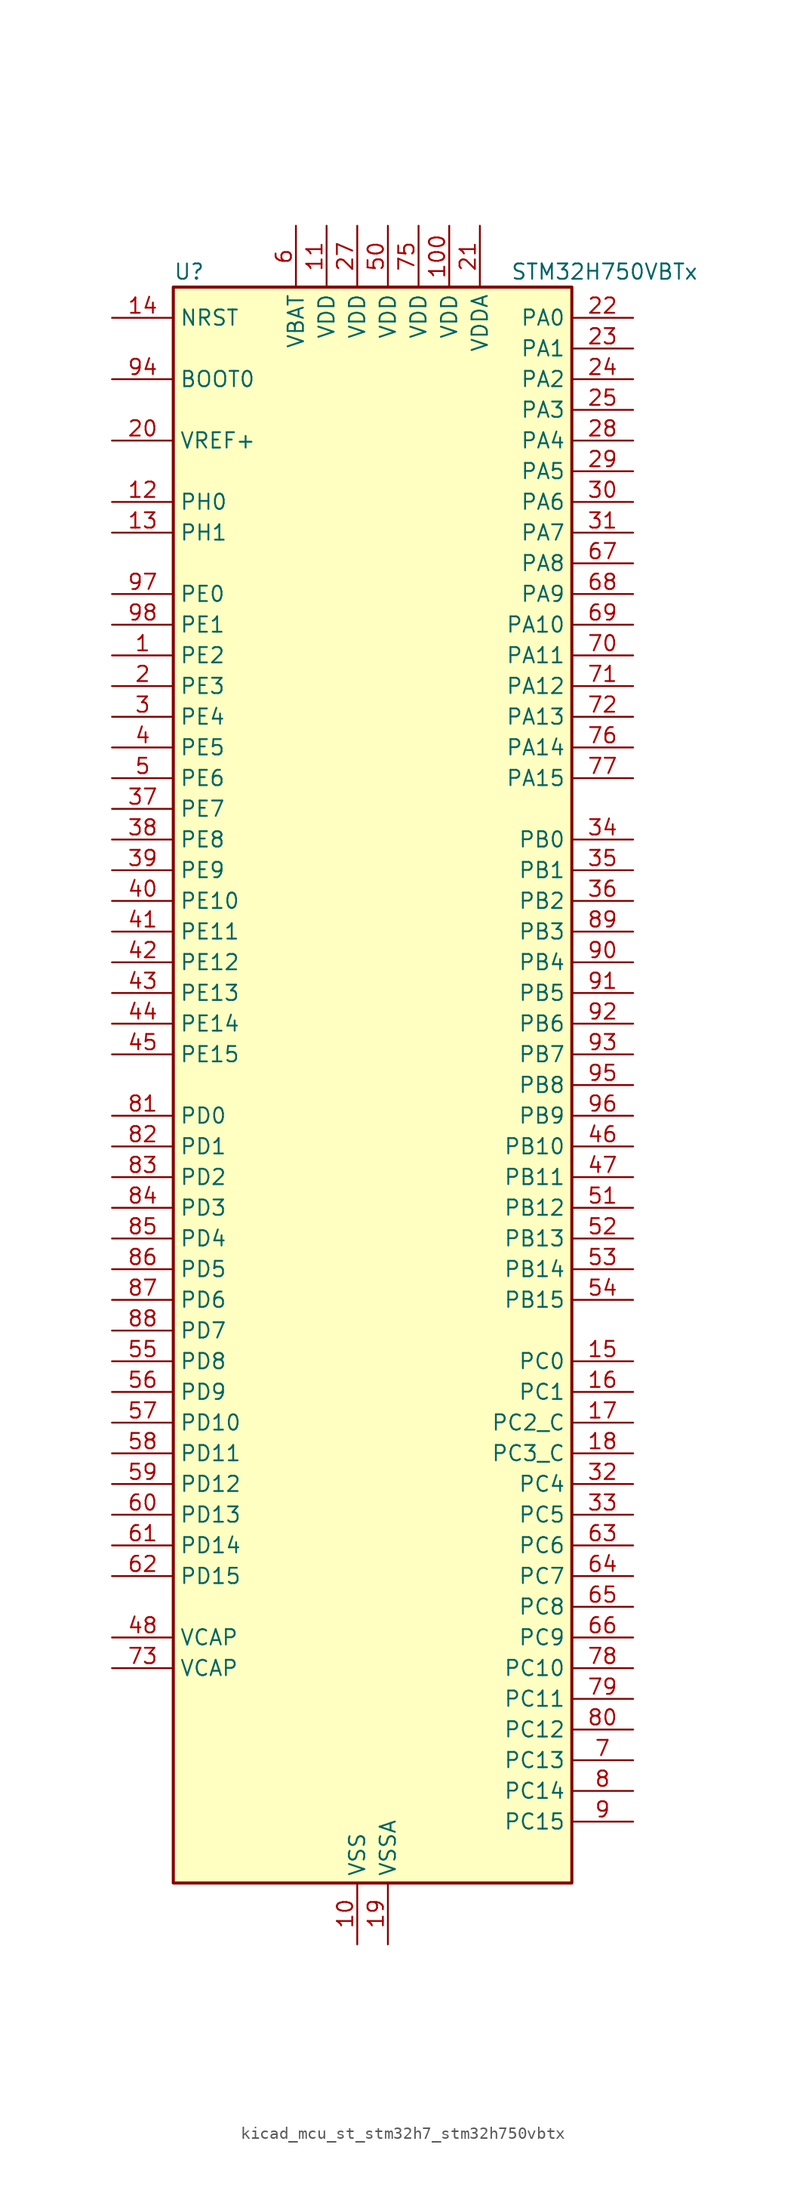
<source format=kicad_sym>
(kicad_symbol_lib
  (version 20220914)
  (generator kicad_symbol_editor)
  (symbol "kicad_mcu_st_stm32h7_stm32h750vbtx"
    (property "Reference" "U"
      (at -15.24 67.31 0)
      (effects (font (size 1.27 1.27)) (justify left)))
    (property "Value" "STM32H750VBTx"
      (at 12.7 67.31 0)
      (effects (font (size 1.27 1.27)) (justify left)))
    (property "ki_locked" ""
      (at 0 0 0)
      (effects (font (size 1.27 1.27))))
    (symbol "kicad_mcu_st_stm32h7_stm32h750vbtx_0_1"
      (rectangle (start -15.24 -66.04) (end 17.78 66.04) (stroke (width 0.254) (type default)) (fill (type background))))
    (symbol "kicad_mcu_st_stm32h7_stm32h750vbtx_1_1"
      (pin bidirectional line (at -20.32 35.56 0) (length 5.08) (name "PE2" (effects (font (size 1.27 1.27)))) (number "1" (effects (font (size 1.27 1.27)))) (alternate "DEBUG_TRACECLK" bidirectional line) (alternate "ETH_TXD3" bidirectional line) (alternate "FMC_A23" bidirectional line) (alternate "QUADSPI_BK1_IO2" bidirectional line) (alternate "SAI1_CK1" bidirectional line) (alternate "SAI1_MCLK_A" bidirectional line) (alternate "SAI4_CK1" bidirectional line) (alternate "SAI4_MCLK_A" bidirectional line) (alternate "SPI4_SCK" bidirectional line))
      (pin power_in line (at 0 -71.12 90) (length 5.08) (name "VSS" (effects (font (size 1.27 1.27)))) (number "10" (effects (font (size 1.27 1.27)))))
      (pin power_in line (at 7.62 71.12 270) (length 5.08) (name "VDD" (effects (font (size 1.27 1.27)))) (number "100" (effects (font (size 1.27 1.27)))))
      (pin power_in line (at -2.54 71.12 270) (length 5.08) (name "VDD" (effects (font (size 1.27 1.27)))) (number "11" (effects (font (size 1.27 1.27)))))
      (pin bidirectional line (at -20.32 48.26 0) (length 5.08) (name "PH0" (effects (font (size 1.27 1.27)))) (number "12" (effects (font (size 1.27 1.27)))) (alternate "RCC_OSC_IN" bidirectional line))
      (pin bidirectional line (at -20.32 45.72 0) (length 5.08) (name "PH1" (effects (font (size 1.27 1.27)))) (number "13" (effects (font (size 1.27 1.27)))) (alternate "RCC_OSC_OUT" bidirectional line))
      (pin input line (at -20.32 63.5 0) (length 5.08) (name "NRST" (effects (font (size 1.27 1.27)))) (number "14" (effects (font (size 1.27 1.27)))))
      (pin bidirectional line (at 22.86 -22.86 180) (length 5.08) (name "PC0" (effects (font (size 1.27 1.27)))) (number "15" (effects (font (size 1.27 1.27)))) (alternate "ADC1_INP10" bidirectional line) (alternate "ADC2_INP10" bidirectional line) (alternate "ADC3_INP10" bidirectional line) (alternate "DFSDM1_CKIN0" bidirectional line) (alternate "DFSDM1_DATIN4" bidirectional line) (alternate "FMC_SDNWE" bidirectional line) (alternate "LTDC_R5" bidirectional line) (alternate "SAI2_FS_B" bidirectional line) (alternate "USB_OTG_HS_ULPI_STP" bidirectional line))
      (pin bidirectional line (at 22.86 -25.4 180) (length 5.08) (name "PC1" (effects (font (size 1.27 1.27)))) (number "16" (effects (font (size 1.27 1.27)))) (alternate "ADC1_INN10" bidirectional line) (alternate "ADC1_INP11" bidirectional line) (alternate "ADC2_INN10" bidirectional line) (alternate "ADC2_INP11" bidirectional line) (alternate "ADC3_INN10" bidirectional line) (alternate "ADC3_INP11" bidirectional line) (alternate "DEBUG_TRACED0" bidirectional line) (alternate "DFSDM1_CKIN4" bidirectional line) (alternate "DFSDM1_DATIN0" bidirectional line) (alternate "ETH_MDC" bidirectional line) (alternate "I2S2_SDO" bidirectional line) (alternate "MDIOS_MDC" bidirectional line) (alternate "PWR_WKUP5" bidirectional line) (alternate "RTC_TAMP3" bidirectional line) (alternate "SAI1_D1" bidirectional line) (alternate "SAI1_SD_A" bidirectional line) (alternate "SAI4_D1" bidirectional line) (alternate "SAI4_SD_A" bidirectional line) (alternate "SDMMC2_CK" bidirectional line) (alternate "SPI2_MOSI" bidirectional line))
      (pin bidirectional line (at 22.86 -27.94 180) (length 5.08) (name "PC2_C" (effects (font (size 1.27 1.27)))) (number "17" (effects (font (size 1.27 1.27)))) (alternate "ADC3_INN1" bidirectional line) (alternate "ADC3_INP0" bidirectional line) (alternate "DFSDM1_CKIN1" bidirectional line) (alternate "DFSDM1_CKOUT" bidirectional line) (alternate "ETH_TXD2" bidirectional line) (alternate "FMC_SDNE0" bidirectional line) (alternate "I2S2_SDI" bidirectional line) (alternate "PWR_CSTOP" bidirectional line) (alternate "SPI2_MISO" bidirectional line) (alternate "USB_OTG_HS_ULPI_DIR" bidirectional line))
      (pin bidirectional line (at 22.86 -30.48 180) (length 5.08) (name "PC3_C" (effects (font (size 1.27 1.27)))) (number "18" (effects (font (size 1.27 1.27)))) (alternate "ADC3_INP1" bidirectional line) (alternate "DFSDM1_DATIN1" bidirectional line) (alternate "ETH_TX_CLK" bidirectional line) (alternate "FMC_SDCKE0" bidirectional line) (alternate "I2S2_SDO" bidirectional line) (alternate "PWR_CSLEEP" bidirectional line) (alternate "SPI2_MOSI" bidirectional line) (alternate "USB_OTG_HS_ULPI_NXT" bidirectional line))
      (pin power_in line (at 2.54 -71.12 90) (length 5.08) (name "VSSA" (effects (font (size 1.27 1.27)))) (number "19" (effects (font (size 1.27 1.27)))))
      (pin bidirectional line (at -20.32 33.02 0) (length 5.08) (name "PE3" (effects (font (size 1.27 1.27)))) (number "2" (effects (font (size 1.27 1.27)))) (alternate "DEBUG_TRACED0" bidirectional line) (alternate "FMC_A19" bidirectional line) (alternate "SAI1_SD_B" bidirectional line) (alternate "SAI4_SD_B" bidirectional line) (alternate "TIM15_BKIN" bidirectional line))
      (pin input line (at -20.32 53.34 0) (length 5.08) (name "VREF+" (effects (font (size 1.27 1.27)))) (number "20" (effects (font (size 1.27 1.27)))) (alternate "VREFBUF_OUT" bidirectional line))
      (pin power_in line (at 10.16 71.12 270) (length 5.08) (name "VDDA" (effects (font (size 1.27 1.27)))) (number "21" (effects (font (size 1.27 1.27)))))
      (pin bidirectional line (at 22.86 63.5 180) (length 5.08) (name "PA0" (effects (font (size 1.27 1.27)))) (number "22" (effects (font (size 1.27 1.27)))) (alternate "ADC1_INP16" bidirectional line) (alternate "ETH_CRS" bidirectional line) (alternate "PWR_WKUP0" bidirectional line) (alternate "SAI2_SD_B" bidirectional line) (alternate "SDMMC2_CMD" bidirectional line) (alternate "TIM15_BKIN" bidirectional line) (alternate "TIM2_CH1" bidirectional line) (alternate "TIM2_ETR" bidirectional line) (alternate "TIM5_CH1" bidirectional line) (alternate "TIM8_ETR" bidirectional line) (alternate "UART4_TX" bidirectional line) (alternate "USART2_CTS" bidirectional line) (alternate "USART2_NSS" bidirectional line))
      (pin bidirectional line (at 22.86 60.96 180) (length 5.08) (name "PA1" (effects (font (size 1.27 1.27)))) (number "23" (effects (font (size 1.27 1.27)))) (alternate "ADC1_INN16" bidirectional line) (alternate "ADC1_INP17" bidirectional line) (alternate "ETH_REF_CLK" bidirectional line) (alternate "ETH_RX_CLK" bidirectional line) (alternate "LPTIM3_OUT" bidirectional line) (alternate "LTDC_R2" bidirectional line) (alternate "QUADSPI_BK1_IO3" bidirectional line) (alternate "SAI2_MCLK_B" bidirectional line) (alternate "TIM15_CH1N" bidirectional line) (alternate "TIM2_CH2" bidirectional line) (alternate "TIM5_CH2" bidirectional line) (alternate "UART4_RX" bidirectional line) (alternate "USART2_DE" bidirectional line) (alternate "USART2_RTS" bidirectional line))
      (pin bidirectional line (at 22.86 58.42 180) (length 5.08) (name "PA2" (effects (font (size 1.27 1.27)))) (number "24" (effects (font (size 1.27 1.27)))) (alternate "ADC1_INP14" bidirectional line) (alternate "ADC2_INP14" bidirectional line) (alternate "ETH_MDIO" bidirectional line) (alternate "LPTIM4_OUT" bidirectional line) (alternate "LTDC_R1" bidirectional line) (alternate "MDIOS_MDIO" bidirectional line) (alternate "PWR_WKUP1" bidirectional line) (alternate "SAI2_SCK_B" bidirectional line) (alternate "TIM15_CH1" bidirectional line) (alternate "TIM2_CH3" bidirectional line) (alternate "TIM5_CH3" bidirectional line) (alternate "USART2_TX" bidirectional line))
      (pin bidirectional line (at 22.86 55.88 180) (length 5.08) (name "PA3" (effects (font (size 1.27 1.27)))) (number "25" (effects (font (size 1.27 1.27)))) (alternate "ADC1_INP15" bidirectional line) (alternate "ADC2_INP15" bidirectional line) (alternate "ETH_COL" bidirectional line) (alternate "LPTIM5_OUT" bidirectional line) (alternate "LTDC_B2" bidirectional line) (alternate "LTDC_B5" bidirectional line) (alternate "TIM15_CH2" bidirectional line) (alternate "TIM2_CH4" bidirectional line) (alternate "TIM5_CH4" bidirectional line) (alternate "USART2_RX" bidirectional line) (alternate "USB_OTG_HS_ULPI_D0" bidirectional line))
      (pin passive line (at 0 -71.12 90) (length 5.08) hide (name "VSS" (effects (font (size 1.27 1.27)))) (number "26" (effects (font (size 1.27 1.27)))))
      (pin power_in line (at 0 71.12 270) (length 5.08) (name "VDD" (effects (font (size 1.27 1.27)))) (number "27" (effects (font (size 1.27 1.27)))))
      (pin bidirectional line (at 22.86 53.34 180) (length 5.08) (name "PA4" (effects (font (size 1.27 1.27)))) (number "28" (effects (font (size 1.27 1.27)))) (alternate "ADC1_INP18" bidirectional line) (alternate "ADC2_INP18" bidirectional line) (alternate "DAC1_OUT1" bidirectional line) (alternate "DCMI_HSYNC" bidirectional line) (alternate "I2S1_WS" bidirectional line) (alternate "I2S3_WS" bidirectional line) (alternate "LTDC_VSYNC" bidirectional line) (alternate "SPI1_NSS" bidirectional line) (alternate "SPI3_NSS" bidirectional line) (alternate "SPI6_NSS" bidirectional line) (alternate "TIM5_ETR" bidirectional line) (alternate "USART2_CK" bidirectional line) (alternate "USB_OTG_HS_SOF" bidirectional line))
      (pin bidirectional line (at 22.86 50.8 180) (length 5.08) (name "PA5" (effects (font (size 1.27 1.27)))) (number "29" (effects (font (size 1.27 1.27)))) (alternate "ADC1_INN18" bidirectional line) (alternate "ADC1_INP19" bidirectional line) (alternate "ADC2_INN18" bidirectional line) (alternate "ADC2_INP19" bidirectional line) (alternate "DAC1_OUT2" bidirectional line) (alternate "I2S1_CK" bidirectional line) (alternate "LTDC_R4" bidirectional line) (alternate "PWR_NDSTOP2" bidirectional line) (alternate "SPI1_SCK" bidirectional line) (alternate "SPI6_SCK" bidirectional line) (alternate "TIM2_CH1" bidirectional line) (alternate "TIM2_ETR" bidirectional line) (alternate "TIM8_CH1N" bidirectional line) (alternate "USB_OTG_HS_ULPI_CK" bidirectional line))
      (pin bidirectional line (at -20.32 30.48 0) (length 5.08) (name "PE4" (effects (font (size 1.27 1.27)))) (number "3" (effects (font (size 1.27 1.27)))) (alternate "DCMI_D4" bidirectional line) (alternate "DEBUG_TRACED1" bidirectional line) (alternate "DFSDM1_DATIN3" bidirectional line) (alternate "FMC_A20" bidirectional line) (alternate "LTDC_B0" bidirectional line) (alternate "SAI1_D2" bidirectional line) (alternate "SAI1_FS_A" bidirectional line) (alternate "SAI4_D2" bidirectional line) (alternate "SAI4_FS_A" bidirectional line) (alternate "SPI4_NSS" bidirectional line) (alternate "TIM15_CH1N" bidirectional line))
      (pin bidirectional line (at 22.86 48.26 180) (length 5.08) (name "PA6" (effects (font (size 1.27 1.27)))) (number "30" (effects (font (size 1.27 1.27)))) (alternate "ADC1_INP3" bidirectional line) (alternate "ADC2_INP3" bidirectional line) (alternate "DCMI_PIXCLK" bidirectional line) (alternate "I2S1_SDI" bidirectional line) (alternate "LTDC_G2" bidirectional line) (alternate "MDIOS_MDC" bidirectional line) (alternate "SPI1_MISO" bidirectional line) (alternate "SPI6_MISO" bidirectional line) (alternate "TIM13_CH1" bidirectional line) (alternate "TIM1_BKIN" bidirectional line) (alternate "TIM1_BKIN_COMP1" bidirectional line) (alternate "TIM1_BKIN_COMP2" bidirectional line) (alternate "TIM3_CH1" bidirectional line) (alternate "TIM8_BKIN" bidirectional line) (alternate "TIM8_BKIN_COMP1" bidirectional line) (alternate "TIM8_BKIN_COMP2" bidirectional line))
      (pin bidirectional line (at 22.86 45.72 180) (length 5.08) (name "PA7" (effects (font (size 1.27 1.27)))) (number "31" (effects (font (size 1.27 1.27)))) (alternate "ADC1_INN3" bidirectional line) (alternate "ADC1_INP7" bidirectional line) (alternate "ADC2_INN3" bidirectional line) (alternate "ADC2_INP7" bidirectional line) (alternate "ETH_CRS_DV" bidirectional line) (alternate "ETH_RX_DV" bidirectional line) (alternate "FMC_SDNWE" bidirectional line) (alternate "I2S1_SDO" bidirectional line) (alternate "OPAMP1_VINM" bidirectional line) (alternate "OPAMP1_VINM1" bidirectional line) (alternate "SPI1_MOSI" bidirectional line) (alternate "SPI6_MOSI" bidirectional line) (alternate "TIM14_CH1" bidirectional line) (alternate "TIM1_CH1N" bidirectional line) (alternate "TIM3_CH2" bidirectional line) (alternate "TIM8_CH1N" bidirectional line))
      (pin bidirectional line (at 22.86 -33.02 180) (length 5.08) (name "PC4" (effects (font (size 1.27 1.27)))) (number "32" (effects (font (size 1.27 1.27)))) (alternate "ADC1_INP4" bidirectional line) (alternate "ADC2_INP4" bidirectional line) (alternate "COMP1_INM" bidirectional line) (alternate "DFSDM1_CKIN2" bidirectional line) (alternate "ETH_RXD0" bidirectional line) (alternate "FMC_SDNE0" bidirectional line) (alternate "I2S1_MCK" bidirectional line) (alternate "OPAMP1_VOUT" bidirectional line) (alternate "SPDIFRX1_IN2" bidirectional line))
      (pin bidirectional line (at 22.86 -35.56 180) (length 5.08) (name "PC5" (effects (font (size 1.27 1.27)))) (number "33" (effects (font (size 1.27 1.27)))) (alternate "ADC1_INN4" bidirectional line) (alternate "ADC1_INP8" bidirectional line) (alternate "ADC2_INN4" bidirectional line) (alternate "ADC2_INP8" bidirectional line) (alternate "COMP1_OUT" bidirectional line) (alternate "DFSDM1_DATIN2" bidirectional line) (alternate "ETH_RXD1" bidirectional line) (alternate "FMC_SDCKE0" bidirectional line) (alternate "OPAMP1_VINM" bidirectional line) (alternate "OPAMP1_VINM0" bidirectional line) (alternate "SAI1_D3" bidirectional line) (alternate "SAI4_D3" bidirectional line) (alternate "SPDIFRX1_IN3" bidirectional line))
      (pin bidirectional line (at 22.86 20.32 180) (length 5.08) (name "PB0" (effects (font (size 1.27 1.27)))) (number "34" (effects (font (size 1.27 1.27)))) (alternate "ADC1_INN5" bidirectional line) (alternate "ADC1_INP9" bidirectional line) (alternate "ADC2_INN5" bidirectional line) (alternate "ADC2_INP9" bidirectional line) (alternate "COMP1_INP" bidirectional line) (alternate "DFSDM1_CKOUT" bidirectional line) (alternate "ETH_RXD2" bidirectional line) (alternate "LTDC_G1" bidirectional line) (alternate "LTDC_R3" bidirectional line) (alternate "OPAMP1_VINP" bidirectional line) (alternate "TIM1_CH2N" bidirectional line) (alternate "TIM3_CH3" bidirectional line) (alternate "TIM8_CH2N" bidirectional line) (alternate "UART4_CTS" bidirectional line) (alternate "USB_OTG_HS_ULPI_D1" bidirectional line))
      (pin bidirectional line (at 22.86 17.78 180) (length 5.08) (name "PB1" (effects (font (size 1.27 1.27)))) (number "35" (effects (font (size 1.27 1.27)))) (alternate "ADC1_INP5" bidirectional line) (alternate "ADC2_INP5" bidirectional line) (alternate "COMP1_INM" bidirectional line) (alternate "DFSDM1_DATIN1" bidirectional line) (alternate "ETH_RXD3" bidirectional line) (alternate "LTDC_G0" bidirectional line) (alternate "LTDC_R6" bidirectional line) (alternate "TIM1_CH3N" bidirectional line) (alternate "TIM3_CH4" bidirectional line) (alternate "TIM8_CH3N" bidirectional line) (alternate "USB_OTG_HS_ULPI_D2" bidirectional line))
      (pin bidirectional line (at 22.86 15.24 180) (length 5.08) (name "PB2" (effects (font (size 1.27 1.27)))) (number "36" (effects (font (size 1.27 1.27)))) (alternate "COMP1_INP" bidirectional line) (alternate "DFSDM1_CKIN1" bidirectional line) (alternate "I2S3_SDO" bidirectional line) (alternate "QUADSPI_CLK" bidirectional line) (alternate "RTC_OUT_ALARM" bidirectional line) (alternate "RTC_OUT_CALIB" bidirectional line) (alternate "SAI1_D1" bidirectional line) (alternate "SAI1_SD_A" bidirectional line) (alternate "SAI4_D1" bidirectional line) (alternate "SAI4_SD_A" bidirectional line) (alternate "SPI3_MOSI" bidirectional line))
      (pin bidirectional line (at -20.32 22.86 0) (length 5.08) (name "PE7" (effects (font (size 1.27 1.27)))) (number "37" (effects (font (size 1.27 1.27)))) (alternate "COMP2_INM" bidirectional line) (alternate "DFSDM1_DATIN2" bidirectional line) (alternate "FMC_D4" bidirectional line) (alternate "FMC_DA4" bidirectional line) (alternate "OPAMP2_VOUT" bidirectional line) (alternate "QUADSPI_BK2_IO0" bidirectional line) (alternate "TIM1_ETR" bidirectional line) (alternate "UART7_RX" bidirectional line))
      (pin bidirectional line (at -20.32 20.32 0) (length 5.08) (name "PE8" (effects (font (size 1.27 1.27)))) (number "38" (effects (font (size 1.27 1.27)))) (alternate "COMP2_OUT" bidirectional line) (alternate "DFSDM1_CKIN2" bidirectional line) (alternate "FMC_D5" bidirectional line) (alternate "FMC_DA5" bidirectional line) (alternate "OPAMP2_VINM" bidirectional line) (alternate "OPAMP2_VINM0" bidirectional line) (alternate "QUADSPI_BK2_IO1" bidirectional line) (alternate "TIM1_CH1N" bidirectional line) (alternate "UART7_TX" bidirectional line))
      (pin bidirectional line (at -20.32 17.78 0) (length 5.08) (name "PE9" (effects (font (size 1.27 1.27)))) (number "39" (effects (font (size 1.27 1.27)))) (alternate "COMP2_INP" bidirectional line) (alternate "DAC1_EXTI9" bidirectional line) (alternate "DFSDM1_CKOUT" bidirectional line) (alternate "FMC_D6" bidirectional line) (alternate "FMC_DA6" bidirectional line) (alternate "OPAMP2_VINP" bidirectional line) (alternate "QUADSPI_BK2_IO2" bidirectional line) (alternate "TIM1_CH1" bidirectional line) (alternate "UART7_DE" bidirectional line) (alternate "UART7_RTS" bidirectional line))
      (pin bidirectional line (at -20.32 27.94 0) (length 5.08) (name "PE5" (effects (font (size 1.27 1.27)))) (number "4" (effects (font (size 1.27 1.27)))) (alternate "DCMI_D6" bidirectional line) (alternate "DEBUG_TRACED2" bidirectional line) (alternate "DFSDM1_CKIN3" bidirectional line) (alternate "FMC_A21" bidirectional line) (alternate "LTDC_G0" bidirectional line) (alternate "SAI1_CK2" bidirectional line) (alternate "SAI1_SCK_A" bidirectional line) (alternate "SAI4_CK2" bidirectional line) (alternate "SAI4_SCK_A" bidirectional line) (alternate "SPI4_MISO" bidirectional line) (alternate "TIM15_CH1" bidirectional line))
      (pin bidirectional line (at -20.32 15.24 0) (length 5.08) (name "PE10" (effects (font (size 1.27 1.27)))) (number "40" (effects (font (size 1.27 1.27)))) (alternate "COMP2_INM" bidirectional line) (alternate "DFSDM1_DATIN4" bidirectional line) (alternate "FMC_D7" bidirectional line) (alternate "FMC_DA7" bidirectional line) (alternate "QUADSPI_BK2_IO3" bidirectional line) (alternate "TIM1_CH2N" bidirectional line) (alternate "UART7_CTS" bidirectional line))
      (pin bidirectional line (at -20.32 12.7 0) (length 5.08) (name "PE11" (effects (font (size 1.27 1.27)))) (number "41" (effects (font (size 1.27 1.27)))) (alternate "ADC1_EXTI11" bidirectional line) (alternate "ADC2_EXTI11" bidirectional line) (alternate "ADC3_EXTI11" bidirectional line) (alternate "COMP2_INP" bidirectional line) (alternate "DFSDM1_CKIN4" bidirectional line) (alternate "FMC_D8" bidirectional line) (alternate "FMC_DA8" bidirectional line) (alternate "LTDC_G3" bidirectional line) (alternate "SAI2_SD_B" bidirectional line) (alternate "SPI4_NSS" bidirectional line) (alternate "TIM1_CH2" bidirectional line))
      (pin bidirectional line (at -20.32 10.16 0) (length 5.08) (name "PE12" (effects (font (size 1.27 1.27)))) (number "42" (effects (font (size 1.27 1.27)))) (alternate "COMP1_OUT" bidirectional line) (alternate "DFSDM1_DATIN5" bidirectional line) (alternate "FMC_D9" bidirectional line) (alternate "FMC_DA9" bidirectional line) (alternate "LTDC_B4" bidirectional line) (alternate "SAI2_SCK_B" bidirectional line) (alternate "SPI4_SCK" bidirectional line) (alternate "TIM1_CH3N" bidirectional line))
      (pin bidirectional line (at -20.32 7.62 0) (length 5.08) (name "PE13" (effects (font (size 1.27 1.27)))) (number "43" (effects (font (size 1.27 1.27)))) (alternate "COMP2_OUT" bidirectional line) (alternate "DFSDM1_CKIN5" bidirectional line) (alternate "FMC_D10" bidirectional line) (alternate "FMC_DA10" bidirectional line) (alternate "LTDC_DE" bidirectional line) (alternate "SAI2_FS_B" bidirectional line) (alternate "SPI4_MISO" bidirectional line) (alternate "TIM1_CH3" bidirectional line))
      (pin bidirectional line (at -20.32 5.08 0) (length 5.08) (name "PE14" (effects (font (size 1.27 1.27)))) (number "44" (effects (font (size 1.27 1.27)))) (alternate "FMC_D11" bidirectional line) (alternate "FMC_DA11" bidirectional line) (alternate "LTDC_CLK" bidirectional line) (alternate "SAI2_MCLK_B" bidirectional line) (alternate "SPI4_MOSI" bidirectional line) (alternate "TIM1_CH4" bidirectional line))
      (pin bidirectional line (at -20.32 2.54 0) (length 5.08) (name "PE15" (effects (font (size 1.27 1.27)))) (number "45" (effects (font (size 1.27 1.27)))) (alternate "ADC1_EXTI15" bidirectional line) (alternate "ADC2_EXTI15" bidirectional line) (alternate "ADC3_EXTI15" bidirectional line) (alternate "FMC_D12" bidirectional line) (alternate "FMC_DA12" bidirectional line) (alternate "LTDC_R7" bidirectional line) (alternate "TIM1_BKIN" bidirectional line) (alternate "TIM1_BKIN_COMP1" bidirectional line) (alternate "TIM1_BKIN_COMP2" bidirectional line))
      (pin bidirectional line (at 22.86 -5.08 180) (length 5.08) (name "PB10" (effects (font (size 1.27 1.27)))) (number "46" (effects (font (size 1.27 1.27)))) (alternate "DFSDM1_DATIN7" bidirectional line) (alternate "ETH_RX_ER" bidirectional line) (alternate "HRTIM_SCOUT" bidirectional line) (alternate "I2C2_SCL" bidirectional line) (alternate "I2S2_CK" bidirectional line) (alternate "LPTIM2_IN1" bidirectional line) (alternate "LTDC_G4" bidirectional line) (alternate "QUADSPI_BK1_NCS" bidirectional line) (alternate "SPI2_SCK" bidirectional line) (alternate "TIM2_CH3" bidirectional line) (alternate "USART3_TX" bidirectional line) (alternate "USB_OTG_HS_ULPI_D3" bidirectional line))
      (pin bidirectional line (at 22.86 -7.62 180) (length 5.08) (name "PB11" (effects (font (size 1.27 1.27)))) (number "47" (effects (font (size 1.27 1.27)))) (alternate "ADC1_EXTI11" bidirectional line) (alternate "ADC2_EXTI11" bidirectional line) (alternate "ADC3_EXTI11" bidirectional line) (alternate "DFSDM1_CKIN7" bidirectional line) (alternate "ETH_TX_EN" bidirectional line) (alternate "HRTIM_SCIN" bidirectional line) (alternate "I2C2_SDA" bidirectional line) (alternate "LPTIM2_ETR" bidirectional line) (alternate "LTDC_G5" bidirectional line) (alternate "TIM2_CH4" bidirectional line) (alternate "USART3_RX" bidirectional line) (alternate "USB_OTG_HS_ULPI_D4" bidirectional line))
      (pin power_out line (at -20.32 -45.72 0) (length 5.08) (name "VCAP" (effects (font (size 1.27 1.27)))) (number "48" (effects (font (size 1.27 1.27)))))
      (pin passive line (at 0 -71.12 90) (length 5.08) hide (name "VSS" (effects (font (size 1.27 1.27)))) (number "49" (effects (font (size 1.27 1.27)))))
      (pin bidirectional line (at -20.32 25.4 0) (length 5.08) (name "PE6" (effects (font (size 1.27 1.27)))) (number "5" (effects (font (size 1.27 1.27)))) (alternate "DCMI_D7" bidirectional line) (alternate "DEBUG_TRACED3" bidirectional line) (alternate "FMC_A22" bidirectional line) (alternate "LTDC_G1" bidirectional line) (alternate "SAI1_D1" bidirectional line) (alternate "SAI1_SD_A" bidirectional line) (alternate "SAI2_MCLK_B" bidirectional line) (alternate "SAI4_D1" bidirectional line) (alternate "SAI4_SD_A" bidirectional line) (alternate "SPI4_MOSI" bidirectional line) (alternate "TIM15_CH2" bidirectional line) (alternate "TIM1_BKIN2" bidirectional line) (alternate "TIM1_BKIN2_COMP1" bidirectional line) (alternate "TIM1_BKIN2_COMP2" bidirectional line))
      (pin power_in line (at 2.54 71.12 270) (length 5.08) (name "VDD" (effects (font (size 1.27 1.27)))) (number "50" (effects (font (size 1.27 1.27)))))
      (pin bidirectional line (at 22.86 -10.16 180) (length 5.08) (name "PB12" (effects (font (size 1.27 1.27)))) (number "51" (effects (font (size 1.27 1.27)))) (alternate "DFSDM1_DATIN1" bidirectional line) (alternate "ETH_TXD0" bidirectional line) (alternate "FDCAN2_RX" bidirectional line) (alternate "I2C2_SMBA" bidirectional line) (alternate "I2S2_WS" bidirectional line) (alternate "SPI2_NSS" bidirectional line) (alternate "TIM1_BKIN" bidirectional line) (alternate "TIM1_BKIN_COMP1" bidirectional line) (alternate "TIM1_BKIN_COMP2" bidirectional line) (alternate "UART5_RX" bidirectional line) (alternate "USART3_CK" bidirectional line) (alternate "USB_OTG_HS_ID" bidirectional line) (alternate "USB_OTG_HS_ULPI_D5" bidirectional line))
      (pin bidirectional line (at 22.86 -12.7 180) (length 5.08) (name "PB13" (effects (font (size 1.27 1.27)))) (number "52" (effects (font (size 1.27 1.27)))) (alternate "DFSDM1_CKIN1" bidirectional line) (alternate "ETH_TXD1" bidirectional line) (alternate "FDCAN2_TX" bidirectional line) (alternate "I2S2_CK" bidirectional line) (alternate "LPTIM2_OUT" bidirectional line) (alternate "SPI2_SCK" bidirectional line) (alternate "TIM1_CH1N" bidirectional line) (alternate "UART5_TX" bidirectional line) (alternate "USART3_CTS" bidirectional line) (alternate "USART3_NSS" bidirectional line) (alternate "USB_OTG_HS_ULPI_D6" bidirectional line) (alternate "USB_OTG_HS_VBUS" bidirectional line))
      (pin bidirectional line (at 22.86 -15.24 180) (length 5.08) (name "PB14" (effects (font (size 1.27 1.27)))) (number "53" (effects (font (size 1.27 1.27)))) (alternate "DFSDM1_DATIN2" bidirectional line) (alternate "I2S2_SDI" bidirectional line) (alternate "SDMMC2_D0" bidirectional line) (alternate "SPI2_MISO" bidirectional line) (alternate "TIM12_CH1" bidirectional line) (alternate "TIM1_CH2N" bidirectional line) (alternate "TIM8_CH2N" bidirectional line) (alternate "UART4_DE" bidirectional line) (alternate "UART4_RTS" bidirectional line) (alternate "USART1_TX" bidirectional line) (alternate "USART3_DE" bidirectional line) (alternate "USART3_RTS" bidirectional line) (alternate "USB_OTG_HS_DM" bidirectional line))
      (pin bidirectional line (at 22.86 -17.78 180) (length 5.08) (name "PB15" (effects (font (size 1.27 1.27)))) (number "54" (effects (font (size 1.27 1.27)))) (alternate "ADC1_EXTI15" bidirectional line) (alternate "ADC2_EXTI15" bidirectional line) (alternate "ADC3_EXTI15" bidirectional line) (alternate "DFSDM1_CKIN2" bidirectional line) (alternate "I2S2_SDO" bidirectional line) (alternate "RTC_REFIN" bidirectional line) (alternate "SDMMC2_D1" bidirectional line) (alternate "SPI2_MOSI" bidirectional line) (alternate "TIM12_CH2" bidirectional line) (alternate "TIM1_CH3N" bidirectional line) (alternate "TIM8_CH3N" bidirectional line) (alternate "UART4_CTS" bidirectional line) (alternate "USART1_RX" bidirectional line) (alternate "USB_OTG_HS_DP" bidirectional line))
      (pin bidirectional line (at -20.32 -22.86 0) (length 5.08) (name "PD8" (effects (font (size 1.27 1.27)))) (number "55" (effects (font (size 1.27 1.27)))) (alternate "DFSDM1_CKIN3" bidirectional line) (alternate "FMC_D13" bidirectional line) (alternate "FMC_DA13" bidirectional line) (alternate "SAI3_SCK_B" bidirectional line) (alternate "SPDIFRX1_IN1" bidirectional line) (alternate "USART3_TX" bidirectional line))
      (pin bidirectional line (at -20.32 -25.4 0) (length 5.08) (name "PD9" (effects (font (size 1.27 1.27)))) (number "56" (effects (font (size 1.27 1.27)))) (alternate "DAC1_EXTI9" bidirectional line) (alternate "DFSDM1_DATIN3" bidirectional line) (alternate "FMC_D14" bidirectional line) (alternate "FMC_DA14" bidirectional line) (alternate "SAI3_SD_B" bidirectional line) (alternate "USART3_RX" bidirectional line))
      (pin bidirectional line (at -20.32 -27.94 0) (length 5.08) (name "PD10" (effects (font (size 1.27 1.27)))) (number "57" (effects (font (size 1.27 1.27)))) (alternate "DFSDM1_CKOUT" bidirectional line) (alternate "FMC_D15" bidirectional line) (alternate "FMC_DA15" bidirectional line) (alternate "LTDC_B3" bidirectional line) (alternate "SAI3_FS_B" bidirectional line) (alternate "USART3_CK" bidirectional line))
      (pin bidirectional line (at -20.32 -30.48 0) (length 5.08) (name "PD11" (effects (font (size 1.27 1.27)))) (number "58" (effects (font (size 1.27 1.27)))) (alternate "ADC1_EXTI11" bidirectional line) (alternate "ADC2_EXTI11" bidirectional line) (alternate "ADC3_EXTI11" bidirectional line) (alternate "FMC_A16" bidirectional line) (alternate "FMC_CLE" bidirectional line) (alternate "I2C4_SMBA" bidirectional line) (alternate "LPTIM2_IN2" bidirectional line) (alternate "QUADSPI_BK1_IO0" bidirectional line) (alternate "SAI2_SD_A" bidirectional line) (alternate "USART3_CTS" bidirectional line) (alternate "USART3_NSS" bidirectional line))
      (pin bidirectional line (at -20.32 -33.02 0) (length 5.08) (name "PD12" (effects (font (size 1.27 1.27)))) (number "59" (effects (font (size 1.27 1.27)))) (alternate "FMC_A17" bidirectional line) (alternate "FMC_ALE" bidirectional line) (alternate "I2C4_SCL" bidirectional line) (alternate "LPTIM1_IN1" bidirectional line) (alternate "LPTIM2_IN1" bidirectional line) (alternate "QUADSPI_BK1_IO1" bidirectional line) (alternate "SAI2_FS_A" bidirectional line) (alternate "TIM4_CH1" bidirectional line) (alternate "USART3_DE" bidirectional line) (alternate "USART3_RTS" bidirectional line))
      (pin power_in line (at -5.08 71.12 270) (length 5.08) (name "VBAT" (effects (font (size 1.27 1.27)))) (number "6" (effects (font (size 1.27 1.27)))))
      (pin bidirectional line (at -20.32 -35.56 0) (length 5.08) (name "PD13" (effects (font (size 1.27 1.27)))) (number "60" (effects (font (size 1.27 1.27)))) (alternate "FMC_A18" bidirectional line) (alternate "I2C4_SDA" bidirectional line) (alternate "LPTIM1_OUT" bidirectional line) (alternate "QUADSPI_BK1_IO3" bidirectional line) (alternate "SAI2_SCK_A" bidirectional line) (alternate "TIM4_CH2" bidirectional line))
      (pin bidirectional line (at -20.32 -38.1 0) (length 5.08) (name "PD14" (effects (font (size 1.27 1.27)))) (number "61" (effects (font (size 1.27 1.27)))) (alternate "FMC_D0" bidirectional line) (alternate "FMC_DA0" bidirectional line) (alternate "SAI3_MCLK_B" bidirectional line) (alternate "TIM4_CH3" bidirectional line) (alternate "UART8_CTS" bidirectional line))
      (pin bidirectional line (at -20.32 -40.64 0) (length 5.08) (name "PD15" (effects (font (size 1.27 1.27)))) (number "62" (effects (font (size 1.27 1.27)))) (alternate "ADC1_EXTI15" bidirectional line) (alternate "ADC2_EXTI15" bidirectional line) (alternate "ADC3_EXTI15" bidirectional line) (alternate "FMC_D1" bidirectional line) (alternate "FMC_DA1" bidirectional line) (alternate "SAI3_MCLK_A" bidirectional line) (alternate "TIM4_CH4" bidirectional line) (alternate "UART8_DE" bidirectional line) (alternate "UART8_RTS" bidirectional line))
      (pin bidirectional line (at 22.86 -38.1 180) (length 5.08) (name "PC6" (effects (font (size 1.27 1.27)))) (number "63" (effects (font (size 1.27 1.27)))) (alternate "DCMI_D0" bidirectional line) (alternate "DFSDM1_CKIN3" bidirectional line) (alternate "FMC_NWAIT" bidirectional line) (alternate "HRTIM_CHA1" bidirectional line) (alternate "I2S2_MCK" bidirectional line) (alternate "LTDC_HSYNC" bidirectional line) (alternate "SDMMC1_D0DIR" bidirectional line) (alternate "SDMMC1_D6" bidirectional line) (alternate "SDMMC2_D6" bidirectional line) (alternate "SWPMI1_IO" bidirectional line) (alternate "TIM3_CH1" bidirectional line) (alternate "TIM8_CH1" bidirectional line) (alternate "USART6_TX" bidirectional line))
      (pin bidirectional line (at 22.86 -40.64 180) (length 5.08) (name "PC7" (effects (font (size 1.27 1.27)))) (number "64" (effects (font (size 1.27 1.27)))) (alternate "DCMI_D1" bidirectional line) (alternate "DEBUG_TRGIO" bidirectional line) (alternate "DFSDM1_DATIN3" bidirectional line) (alternate "FMC_NE1" bidirectional line) (alternate "HRTIM_CHA2" bidirectional line) (alternate "I2S3_MCK" bidirectional line) (alternate "LTDC_G6" bidirectional line) (alternate "SDMMC1_D123DIR" bidirectional line) (alternate "SDMMC1_D7" bidirectional line) (alternate "SDMMC2_D7" bidirectional line) (alternate "SWPMI1_TX" bidirectional line) (alternate "TIM3_CH2" bidirectional line) (alternate "TIM8_CH2" bidirectional line) (alternate "USART6_RX" bidirectional line))
      (pin bidirectional line (at 22.86 -43.18 180) (length 5.08) (name "PC8" (effects (font (size 1.27 1.27)))) (number "65" (effects (font (size 1.27 1.27)))) (alternate "DCMI_D2" bidirectional line) (alternate "DEBUG_TRACED1" bidirectional line) (alternate "FMC_NCE" bidirectional line) (alternate "FMC_NE2" bidirectional line) (alternate "HRTIM_CHB1" bidirectional line) (alternate "SDMMC1_D0" bidirectional line) (alternate "SWPMI1_RX" bidirectional line) (alternate "TIM3_CH3" bidirectional line) (alternate "TIM8_CH3" bidirectional line) (alternate "UART5_DE" bidirectional line) (alternate "UART5_RTS" bidirectional line) (alternate "USART6_CK" bidirectional line))
      (pin bidirectional line (at 22.86 -45.72 180) (length 5.08) (name "PC9" (effects (font (size 1.27 1.27)))) (number "66" (effects (font (size 1.27 1.27)))) (alternate "DAC1_EXTI9" bidirectional line) (alternate "DCMI_D3" bidirectional line) (alternate "I2C3_SDA" bidirectional line) (alternate "I2S_CKIN" bidirectional line) (alternate "LTDC_B2" bidirectional line) (alternate "LTDC_G3" bidirectional line) (alternate "QUADSPI_BK1_IO0" bidirectional line) (alternate "RCC_MCO_2" bidirectional line) (alternate "SDMMC1_D1" bidirectional line) (alternate "SWPMI1_SUSPEND" bidirectional line) (alternate "TIM3_CH4" bidirectional line) (alternate "TIM8_CH4" bidirectional line) (alternate "UART5_CTS" bidirectional line))
      (pin bidirectional line (at 22.86 43.18 180) (length 5.08) (name "PA8" (effects (font (size 1.27 1.27)))) (number "67" (effects (font (size 1.27 1.27)))) (alternate "HRTIM_CHB2" bidirectional line) (alternate "I2C3_SCL" bidirectional line) (alternate "LTDC_B3" bidirectional line) (alternate "LTDC_R6" bidirectional line) (alternate "RCC_MCO_1" bidirectional line) (alternate "TIM1_CH1" bidirectional line) (alternate "TIM8_BKIN2" bidirectional line) (alternate "TIM8_BKIN2_COMP1" bidirectional line) (alternate "TIM8_BKIN2_COMP2" bidirectional line) (alternate "UART7_RX" bidirectional line) (alternate "USART1_CK" bidirectional line) (alternate "USB_OTG_FS_SOF" bidirectional line))
      (pin bidirectional line (at 22.86 40.64 180) (length 5.08) (name "PA9" (effects (font (size 1.27 1.27)))) (number "68" (effects (font (size 1.27 1.27)))) (alternate "DAC1_EXTI9" bidirectional line) (alternate "DCMI_D0" bidirectional line) (alternate "HRTIM_CHC1" bidirectional line) (alternate "I2C3_SMBA" bidirectional line) (alternate "I2S2_CK" bidirectional line) (alternate "LPUART1_TX" bidirectional line) (alternate "LTDC_R5" bidirectional line) (alternate "SPI2_SCK" bidirectional line) (alternate "TIM1_CH2" bidirectional line) (alternate "USART1_TX" bidirectional line) (alternate "USB_OTG_FS_VBUS" bidirectional line))
      (pin bidirectional line (at 22.86 38.1 180) (length 5.08) (name "PA10" (effects (font (size 1.27 1.27)))) (number "69" (effects (font (size 1.27 1.27)))) (alternate "DCMI_D1" bidirectional line) (alternate "HRTIM_CHC2" bidirectional line) (alternate "LPUART1_RX" bidirectional line) (alternate "LTDC_B1" bidirectional line) (alternate "LTDC_B4" bidirectional line) (alternate "MDIOS_MDIO" bidirectional line) (alternate "TIM1_CH3" bidirectional line) (alternate "USART1_RX" bidirectional line) (alternate "USB_OTG_FS_ID" bidirectional line))
      (pin bidirectional line (at 22.86 -55.88 180) (length 5.08) (name "PC13" (effects (font (size 1.27 1.27)))) (number "7" (effects (font (size 1.27 1.27)))) (alternate "PWR_WKUP2" bidirectional line) (alternate "RTC_OUT_ALARM" bidirectional line) (alternate "RTC_OUT_CALIB" bidirectional line) (alternate "RTC_TAMP1" bidirectional line) (alternate "RTC_TS" bidirectional line))
      (pin bidirectional line (at 22.86 35.56 180) (length 5.08) (name "PA11" (effects (font (size 1.27 1.27)))) (number "70" (effects (font (size 1.27 1.27)))) (alternate "ADC1_EXTI11" bidirectional line) (alternate "ADC2_EXTI11" bidirectional line) (alternate "ADC3_EXTI11" bidirectional line) (alternate "FDCAN1_RX" bidirectional line) (alternate "HRTIM_CHD1" bidirectional line) (alternate "I2S2_WS" bidirectional line) (alternate "LPUART1_CTS" bidirectional line) (alternate "LTDC_R4" bidirectional line) (alternate "SPI2_NSS" bidirectional line) (alternate "TIM1_CH4" bidirectional line) (alternate "UART4_RX" bidirectional line) (alternate "USART1_CTS" bidirectional line) (alternate "USART1_NSS" bidirectional line) (alternate "USB_OTG_FS_DM" bidirectional line))
      (pin bidirectional line (at 22.86 33.02 180) (length 5.08) (name "PA12" (effects (font (size 1.27 1.27)))) (number "71" (effects (font (size 1.27 1.27)))) (alternate "FDCAN1_TX" bidirectional line) (alternate "HRTIM_CHD2" bidirectional line) (alternate "I2S2_CK" bidirectional line) (alternate "LPUART1_DE" bidirectional line) (alternate "LPUART1_RTS" bidirectional line) (alternate "LTDC_R5" bidirectional line) (alternate "SAI2_FS_B" bidirectional line) (alternate "SPI2_SCK" bidirectional line) (alternate "TIM1_ETR" bidirectional line) (alternate "UART4_TX" bidirectional line) (alternate "USART1_DE" bidirectional line) (alternate "USART1_RTS" bidirectional line) (alternate "USB_OTG_FS_DP" bidirectional line))
      (pin bidirectional line (at 22.86 30.48 180) (length 5.08) (name "PA13" (effects (font (size 1.27 1.27)))) (number "72" (effects (font (size 1.27 1.27)))) (alternate "DEBUG_JTMS-SWDIO" bidirectional line))
      (pin power_out line (at -20.32 -48.26 0) (length 5.08) (name "VCAP" (effects (font (size 1.27 1.27)))) (number "73" (effects (font (size 1.27 1.27)))))
      (pin passive line (at 0 -71.12 90) (length 5.08) hide (name "VSS" (effects (font (size 1.27 1.27)))) (number "74" (effects (font (size 1.27 1.27)))))
      (pin power_in line (at 5.08 71.12 270) (length 5.08) (name "VDD" (effects (font (size 1.27 1.27)))) (number "75" (effects (font (size 1.27 1.27)))))
      (pin bidirectional line (at 22.86 27.94 180) (length 5.08) (name "PA14" (effects (font (size 1.27 1.27)))) (number "76" (effects (font (size 1.27 1.27)))) (alternate "DEBUG_JTCK-SWCLK" bidirectional line))
      (pin bidirectional line (at 22.86 25.4 180) (length 5.08) (name "PA15" (effects (font (size 1.27 1.27)))) (number "77" (effects (font (size 1.27 1.27)))) (alternate "ADC1_EXTI15" bidirectional line) (alternate "ADC2_EXTI15" bidirectional line) (alternate "ADC3_EXTI15" bidirectional line) (alternate "CEC" bidirectional line) (alternate "DEBUG_JTDI" bidirectional line) (alternate "HRTIM_FLT1" bidirectional line) (alternate "I2S1_WS" bidirectional line) (alternate "I2S3_WS" bidirectional line) (alternate "SPI1_NSS" bidirectional line) (alternate "SPI3_NSS" bidirectional line) (alternate "SPI6_NSS" bidirectional line) (alternate "TIM2_CH1" bidirectional line) (alternate "TIM2_ETR" bidirectional line) (alternate "UART4_DE" bidirectional line) (alternate "UART4_RTS" bidirectional line) (alternate "UART7_TX" bidirectional line))
      (pin bidirectional line (at 22.86 -48.26 180) (length 5.08) (name "PC10" (effects (font (size 1.27 1.27)))) (number "78" (effects (font (size 1.27 1.27)))) (alternate "DCMI_D8" bidirectional line) (alternate "DFSDM1_CKIN5" bidirectional line) (alternate "HRTIM_EEV1" bidirectional line) (alternate "I2S3_CK" bidirectional line) (alternate "LTDC_R2" bidirectional line) (alternate "QUADSPI_BK1_IO1" bidirectional line) (alternate "SDMMC1_D2" bidirectional line) (alternate "SPI3_SCK" bidirectional line) (alternate "UART4_TX" bidirectional line) (alternate "USART3_TX" bidirectional line))
      (pin bidirectional line (at 22.86 -50.8 180) (length 5.08) (name "PC11" (effects (font (size 1.27 1.27)))) (number "79" (effects (font (size 1.27 1.27)))) (alternate "ADC1_EXTI11" bidirectional line) (alternate "ADC2_EXTI11" bidirectional line) (alternate "ADC3_EXTI11" bidirectional line) (alternate "DCMI_D4" bidirectional line) (alternate "DFSDM1_DATIN5" bidirectional line) (alternate "HRTIM_FLT2" bidirectional line) (alternate "I2S3_SDI" bidirectional line) (alternate "QUADSPI_BK2_NCS" bidirectional line) (alternate "SDMMC1_D3" bidirectional line) (alternate "SPI3_MISO" bidirectional line) (alternate "UART4_RX" bidirectional line) (alternate "USART3_RX" bidirectional line))
      (pin bidirectional line (at 22.86 -58.42 180) (length 5.08) (name "PC14" (effects (font (size 1.27 1.27)))) (number "8" (effects (font (size 1.27 1.27)))) (alternate "RCC_OSC32_IN" bidirectional line))
      (pin bidirectional line (at 22.86 -53.34 180) (length 5.08) (name "PC12" (effects (font (size 1.27 1.27)))) (number "80" (effects (font (size 1.27 1.27)))) (alternate "DCMI_D9" bidirectional line) (alternate "DEBUG_TRACED3" bidirectional line) (alternate "HRTIM_EEV2" bidirectional line) (alternate "I2S3_SDO" bidirectional line) (alternate "SDMMC1_CK" bidirectional line) (alternate "SPI3_MOSI" bidirectional line) (alternate "UART5_TX" bidirectional line) (alternate "USART3_CK" bidirectional line))
      (pin bidirectional line (at -20.32 -2.54 0) (length 5.08) (name "PD0" (effects (font (size 1.27 1.27)))) (number "81" (effects (font (size 1.27 1.27)))) (alternate "DFSDM1_CKIN6" bidirectional line) (alternate "FDCAN1_RX" bidirectional line) (alternate "FMC_D2" bidirectional line) (alternate "FMC_DA2" bidirectional line) (alternate "SAI3_SCK_A" bidirectional line) (alternate "UART4_RX" bidirectional line))
      (pin bidirectional line (at -20.32 -5.08 0) (length 5.08) (name "PD1" (effects (font (size 1.27 1.27)))) (number "82" (effects (font (size 1.27 1.27)))) (alternate "DFSDM1_DATIN6" bidirectional line) (alternate "FDCAN1_TX" bidirectional line) (alternate "FMC_D3" bidirectional line) (alternate "FMC_DA3" bidirectional line) (alternate "SAI3_SD_A" bidirectional line) (alternate "UART4_TX" bidirectional line))
      (pin bidirectional line (at -20.32 -7.62 0) (length 5.08) (name "PD2" (effects (font (size 1.27 1.27)))) (number "83" (effects (font (size 1.27 1.27)))) (alternate "DCMI_D11" bidirectional line) (alternate "DEBUG_TRACED2" bidirectional line) (alternate "SDMMC1_CMD" bidirectional line) (alternate "TIM3_ETR" bidirectional line) (alternate "UART5_RX" bidirectional line))
      (pin bidirectional line (at -20.32 -10.16 0) (length 5.08) (name "PD3" (effects (font (size 1.27 1.27)))) (number "84" (effects (font (size 1.27 1.27)))) (alternate "DCMI_D5" bidirectional line) (alternate "DFSDM1_CKOUT" bidirectional line) (alternate "FMC_CLK" bidirectional line) (alternate "I2S2_CK" bidirectional line) (alternate "LTDC_G7" bidirectional line) (alternate "SPI2_SCK" bidirectional line) (alternate "USART2_CTS" bidirectional line) (alternate "USART2_NSS" bidirectional line))
      (pin bidirectional line (at -20.32 -12.7 0) (length 5.08) (name "PD4" (effects (font (size 1.27 1.27)))) (number "85" (effects (font (size 1.27 1.27)))) (alternate "FMC_NOE" bidirectional line) (alternate "HRTIM_FLT3" bidirectional line) (alternate "SAI3_FS_A" bidirectional line) (alternate "USART2_DE" bidirectional line) (alternate "USART2_RTS" bidirectional line))
      (pin bidirectional line (at -20.32 -15.24 0) (length 5.08) (name "PD5" (effects (font (size 1.27 1.27)))) (number "86" (effects (font (size 1.27 1.27)))) (alternate "FMC_NWE" bidirectional line) (alternate "HRTIM_EEV3" bidirectional line) (alternate "USART2_TX" bidirectional line))
      (pin bidirectional line (at -20.32 -17.78 0) (length 5.08) (name "PD6" (effects (font (size 1.27 1.27)))) (number "87" (effects (font (size 1.27 1.27)))) (alternate "DCMI_D10" bidirectional line) (alternate "DFSDM1_CKIN4" bidirectional line) (alternate "DFSDM1_DATIN1" bidirectional line) (alternate "FMC_NWAIT" bidirectional line) (alternate "I2S3_SDO" bidirectional line) (alternate "LTDC_B2" bidirectional line) (alternate "SAI1_D1" bidirectional line) (alternate "SAI1_SD_A" bidirectional line) (alternate "SAI4_D1" bidirectional line) (alternate "SAI4_SD_A" bidirectional line) (alternate "SDMMC2_CK" bidirectional line) (alternate "SPI3_MOSI" bidirectional line) (alternate "USART2_RX" bidirectional line))
      (pin bidirectional line (at -20.32 -20.32 0) (length 5.08) (name "PD7" (effects (font (size 1.27 1.27)))) (number "88" (effects (font (size 1.27 1.27)))) (alternate "DFSDM1_CKIN1" bidirectional line) (alternate "DFSDM1_DATIN4" bidirectional line) (alternate "FMC_NE1" bidirectional line) (alternate "I2S1_SDO" bidirectional line) (alternate "SDMMC2_CMD" bidirectional line) (alternate "SPDIFRX1_IN0" bidirectional line) (alternate "SPI1_MOSI" bidirectional line) (alternate "USART2_CK" bidirectional line))
      (pin bidirectional line (at 22.86 12.7 180) (length 5.08) (name "PB3" (effects (font (size 1.27 1.27)))) (number "89" (effects (font (size 1.27 1.27)))) (alternate "CRS_SYNC" bidirectional line) (alternate "DEBUG_JTDO-SWO" bidirectional line) (alternate "HRTIM_FLT4" bidirectional line) (alternate "I2S1_CK" bidirectional line) (alternate "I2S3_CK" bidirectional line) (alternate "SDMMC2_D2" bidirectional line) (alternate "SPI1_SCK" bidirectional line) (alternate "SPI3_SCK" bidirectional line) (alternate "SPI6_SCK" bidirectional line) (alternate "TIM2_CH2" bidirectional line) (alternate "UART7_RX" bidirectional line))
      (pin bidirectional line (at 22.86 -60.96 180) (length 5.08) (name "PC15" (effects (font (size 1.27 1.27)))) (number "9" (effects (font (size 1.27 1.27)))) (alternate "ADC1_EXTI15" bidirectional line) (alternate "ADC2_EXTI15" bidirectional line) (alternate "ADC3_EXTI15" bidirectional line) (alternate "RCC_OSC32_OUT" bidirectional line))
      (pin bidirectional line (at 22.86 10.16 180) (length 5.08) (name "PB4" (effects (font (size 1.27 1.27)))) (number "90" (effects (font (size 1.27 1.27)))) (alternate "DEBUG_JTRST" bidirectional line) (alternate "HRTIM_EEV6" bidirectional line) (alternate "I2S1_SDI" bidirectional line) (alternate "I2S2_WS" bidirectional line) (alternate "I2S3_SDI" bidirectional line) (alternate "SDMMC2_D3" bidirectional line) (alternate "SPI1_MISO" bidirectional line) (alternate "SPI2_NSS" bidirectional line) (alternate "SPI3_MISO" bidirectional line) (alternate "SPI6_MISO" bidirectional line) (alternate "TIM16_BKIN" bidirectional line) (alternate "TIM3_CH1" bidirectional line) (alternate "UART7_TX" bidirectional line))
      (pin bidirectional line (at 22.86 7.62 180) (length 5.08) (name "PB5" (effects (font (size 1.27 1.27)))) (number "91" (effects (font (size 1.27 1.27)))) (alternate "DCMI_D10" bidirectional line) (alternate "ETH_PPS_OUT" bidirectional line) (alternate "FDCAN2_RX" bidirectional line) (alternate "FMC_SDCKE1" bidirectional line) (alternate "HRTIM_EEV7" bidirectional line) (alternate "I2C1_SMBA" bidirectional line) (alternate "I2C4_SMBA" bidirectional line) (alternate "I2S1_SDO" bidirectional line) (alternate "I2S3_SDO" bidirectional line) (alternate "SPI1_MOSI" bidirectional line) (alternate "SPI3_MOSI" bidirectional line) (alternate "SPI6_MOSI" bidirectional line) (alternate "TIM17_BKIN" bidirectional line) (alternate "TIM3_CH2" bidirectional line) (alternate "UART5_RX" bidirectional line) (alternate "USB_OTG_HS_ULPI_D7" bidirectional line))
      (pin bidirectional line (at 22.86 5.08 180) (length 5.08) (name "PB6" (effects (font (size 1.27 1.27)))) (number "92" (effects (font (size 1.27 1.27)))) (alternate "CEC" bidirectional line) (alternate "DCMI_D5" bidirectional line) (alternate "DFSDM1_DATIN5" bidirectional line) (alternate "FDCAN2_TX" bidirectional line) (alternate "FMC_SDNE1" bidirectional line) (alternate "HRTIM_EEV8" bidirectional line) (alternate "I2C1_SCL" bidirectional line) (alternate "I2C4_SCL" bidirectional line) (alternate "LPUART1_TX" bidirectional line) (alternate "QUADSPI_BK1_NCS" bidirectional line) (alternate "TIM16_CH1N" bidirectional line) (alternate "TIM4_CH1" bidirectional line) (alternate "UART5_TX" bidirectional line) (alternate "USART1_TX" bidirectional line))
      (pin bidirectional line (at 22.86 2.54 180) (length 5.08) (name "PB7" (effects (font (size 1.27 1.27)))) (number "93" (effects (font (size 1.27 1.27)))) (alternate "DCMI_VSYNC" bidirectional line) (alternate "DFSDM1_CKIN5" bidirectional line) (alternate "FMC_NL" bidirectional line) (alternate "HRTIM_EEV9" bidirectional line) (alternate "I2C1_SDA" bidirectional line) (alternate "I2C4_SDA" bidirectional line) (alternate "LPUART1_RX" bidirectional line) (alternate "PWR_PVD_IN" bidirectional line) (alternate "TIM17_CH1N" bidirectional line) (alternate "TIM4_CH2" bidirectional line) (alternate "USART1_RX" bidirectional line))
      (pin input line (at -20.32 58.42 0) (length 5.08) (name "BOOT0" (effects (font (size 1.27 1.27)))) (number "94" (effects (font (size 1.27 1.27)))))
      (pin bidirectional line (at 22.86 0 180) (length 5.08) (name "PB8" (effects (font (size 1.27 1.27)))) (number "95" (effects (font (size 1.27 1.27)))) (alternate "DCMI_D6" bidirectional line) (alternate "DFSDM1_CKIN7" bidirectional line) (alternate "ETH_TXD3" bidirectional line) (alternate "FDCAN1_RX" bidirectional line) (alternate "I2C1_SCL" bidirectional line) (alternate "I2C4_SCL" bidirectional line) (alternate "LTDC_B6" bidirectional line) (alternate "SDMMC1_CKIN" bidirectional line) (alternate "SDMMC1_D4" bidirectional line) (alternate "SDMMC2_D4" bidirectional line) (alternate "TIM16_CH1" bidirectional line) (alternate "TIM4_CH3" bidirectional line) (alternate "UART4_RX" bidirectional line))
      (pin bidirectional line (at 22.86 -2.54 180) (length 5.08) (name "PB9" (effects (font (size 1.27 1.27)))) (number "96" (effects (font (size 1.27 1.27)))) (alternate "DAC1_EXTI9" bidirectional line) (alternate "DCMI_D7" bidirectional line) (alternate "DFSDM1_DATIN7" bidirectional line) (alternate "FDCAN1_TX" bidirectional line) (alternate "I2C1_SDA" bidirectional line) (alternate "I2C4_SDA" bidirectional line) (alternate "I2C4_SMBA" bidirectional line) (alternate "I2S2_WS" bidirectional line) (alternate "LTDC_B7" bidirectional line) (alternate "SDMMC1_CDIR" bidirectional line) (alternate "SDMMC1_D5" bidirectional line) (alternate "SDMMC2_D5" bidirectional line) (alternate "SPI2_NSS" bidirectional line) (alternate "TIM17_CH1" bidirectional line) (alternate "TIM4_CH4" bidirectional line) (alternate "UART4_TX" bidirectional line))
      (pin bidirectional line (at -20.32 40.64 0) (length 5.08) (name "PE0" (effects (font (size 1.27 1.27)))) (number "97" (effects (font (size 1.27 1.27)))) (alternate "DCMI_D2" bidirectional line) (alternate "FMC_NBL0" bidirectional line) (alternate "HRTIM_SCIN" bidirectional line) (alternate "LPTIM1_ETR" bidirectional line) (alternate "LPTIM2_ETR" bidirectional line) (alternate "SAI2_MCLK_A" bidirectional line) (alternate "TIM4_ETR" bidirectional line) (alternate "UART8_RX" bidirectional line))
      (pin bidirectional line (at -20.32 38.1 0) (length 5.08) (name "PE1" (effects (font (size 1.27 1.27)))) (number "98" (effects (font (size 1.27 1.27)))) (alternate "DCMI_D3" bidirectional line) (alternate "FMC_NBL1" bidirectional line) (alternate "HRTIM_SCOUT" bidirectional line) (alternate "LPTIM1_IN2" bidirectional line) (alternate "UART8_TX" bidirectional line))
      (pin passive line (at 0 -71.12 90) (length 5.08) hide (name "VSS" (effects (font (size 1.27 1.27)))) (number "99" (effects (font (size 1.27 1.27))))))))
</source>
